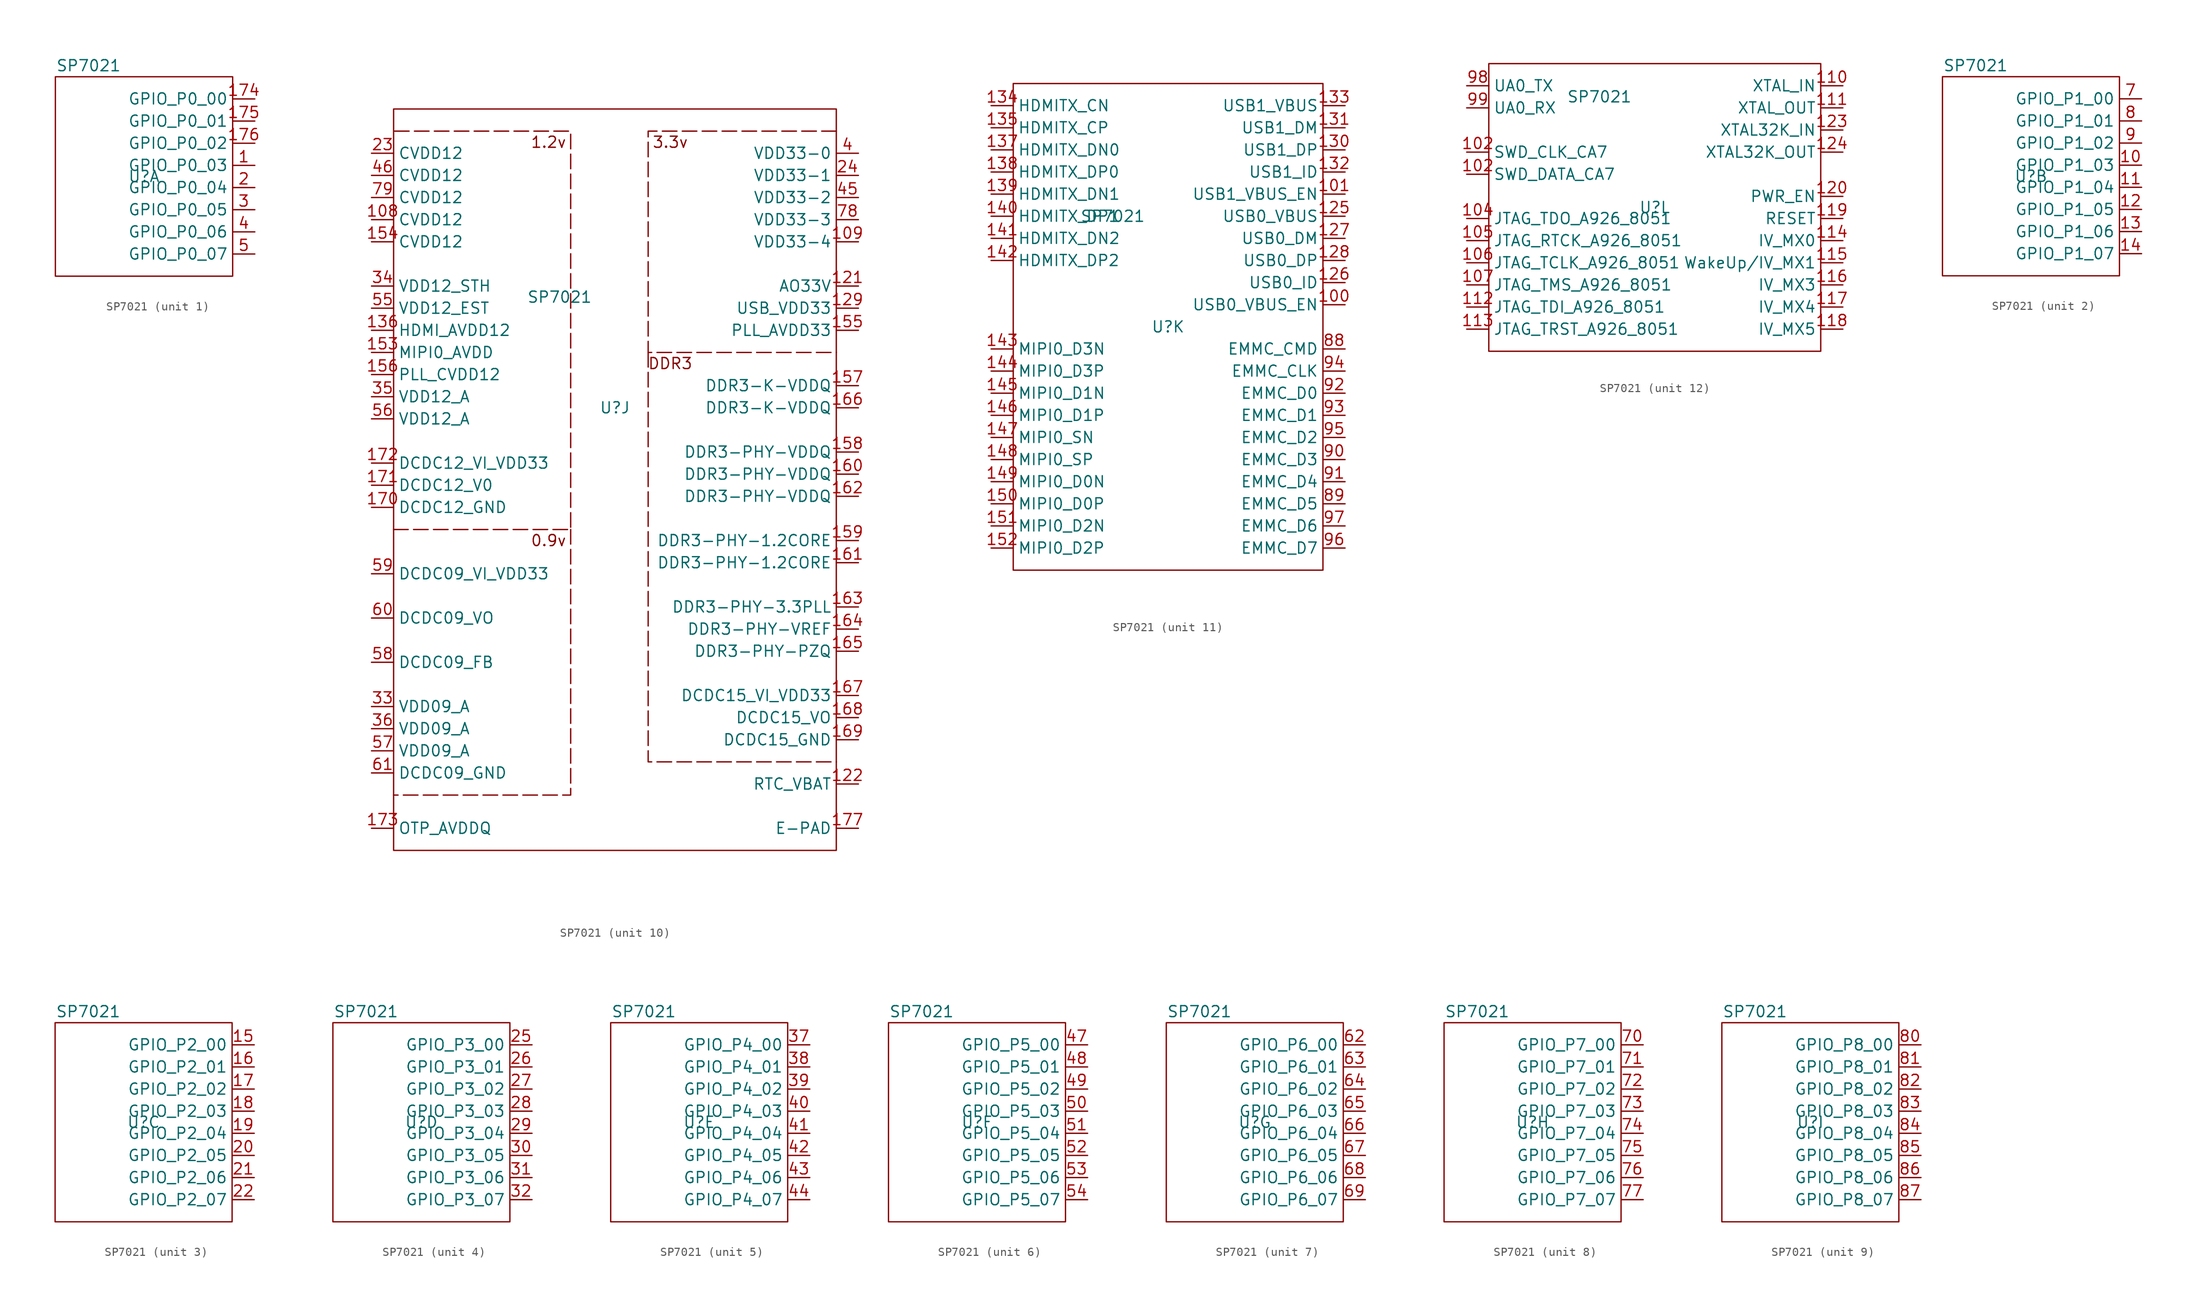
<source format=kicad_sym>
(kicad_symbol_lib
  (version 20231120)
  (generator "kicad_symbol_editor")
  (generator_version "8.0")
  (symbol "SP7021"
    (property "Reference" "U"
      (at 0 0 0)
      (effects (font (size 1.27 1.27))))
    (property "Value" "SP7021"
      (at -6.35 12.7 0)
      (effects (font (size 1.27 1.27))))
    (property "ki_locked" ""
      (at 0 0 0)
      (effects (font (size 1.27 1.27))))
    (symbol "SP7021_1_1"
      (rectangle (start 10.16 11.43) (end -10.16 -11.43) (stroke (width 0) (type default)) (fill (type none)))
      (pin input line (at 12.7 1.27 180) (length 2.54) (name "GPIO_P0_03" (effects (font (size 1.27 1.27)))) (number "1" (effects (font (size 1.27 1.27)))))
      (pin input line (at 12.7 8.89 180) (length 2.54) (name "GPIO_P0_00" (effects (font (size 1.27 1.27)))) (number "174" (effects (font (size 1.27 1.27)))))
      (pin input line (at 12.7 6.35 180) (length 2.54) (name "GPIO_P0_01" (effects (font (size 1.27 1.27)))) (number "175" (effects (font (size 1.27 1.27)))))
      (pin input line (at 12.7 3.81 180) (length 2.54) (name "GPIO_P0_02" (effects (font (size 1.27 1.27)))) (number "176" (effects (font (size 1.27 1.27)))))
      (pin input line (at 12.7 -1.27 180) (length 2.54) (name "GPIO_P0_04" (effects (font (size 1.27 1.27)))) (number "2" (effects (font (size 1.27 1.27)))))
      (pin input line (at 12.7 -3.81 180) (length 2.54) (name "GPIO_P0_05" (effects (font (size 1.27 1.27)))) (number "3" (effects (font (size 1.27 1.27)))))
      (pin input line (at 12.7 -6.35 180) (length 2.54) (name "GPIO_P0_06" (effects (font (size 1.27 1.27)))) (number "4" (effects (font (size 1.27 1.27)))))
      (pin input line (at 12.7 -8.89 180) (length 2.54) (name "GPIO_P0_07" (effects (font (size 1.27 1.27)))) (number "5" (effects (font (size 1.27 1.27))))))
    (symbol "SP7021_2_1"
      (rectangle (start 10.16 11.43) (end -10.16 -11.43) (stroke (width 0) (type default)) (fill (type none)))
      (pin input line (at 12.7 1.27 180) (length 2.54) (name "GPIO_P1_03" (effects (font (size 1.27 1.27)))) (number "10" (effects (font (size 1.27 1.27)))))
      (pin input line (at 12.7 -1.27 180) (length 2.54) (name "GPIO_P1_04" (effects (font (size 1.27 1.27)))) (number "11" (effects (font (size 1.27 1.27)))))
      (pin input line (at 12.7 -3.81 180) (length 2.54) (name "GPIO_P1_05" (effects (font (size 1.27 1.27)))) (number "12" (effects (font (size 1.27 1.27)))))
      (pin input line (at 12.7 -6.35 180) (length 2.54) (name "GPIO_P1_06" (effects (font (size 1.27 1.27)))) (number "13" (effects (font (size 1.27 1.27)))))
      (pin input line (at 12.7 -8.89 180) (length 2.54) (name "GPIO_P1_07" (effects (font (size 1.27 1.27)))) (number "14" (effects (font (size 1.27 1.27)))))
      (pin input line (at 12.7 8.89 180) (length 2.54) (name "GPIO_P1_00" (effects (font (size 1.27 1.27)))) (number "7" (effects (font (size 1.27 1.27)))))
      (pin input line (at 12.7 6.35 180) (length 2.54) (name "GPIO_P1_01" (effects (font (size 1.27 1.27)))) (number "8" (effects (font (size 1.27 1.27)))))
      (pin input line (at 12.7 3.81 180) (length 2.54) (name "GPIO_P1_02" (effects (font (size 1.27 1.27)))) (number "9" (effects (font (size 1.27 1.27))))))
    (symbol "SP7021_3_1"
      (rectangle (start 10.16 11.43) (end -10.16 -11.43) (stroke (width 0) (type default)) (fill (type none)))
      (pin input line (at 12.7 8.89 180) (length 2.54) (name "GPIO_P2_00" (effects (font (size 1.27 1.27)))) (number "15" (effects (font (size 1.27 1.27)))))
      (pin input line (at 12.7 6.35 180) (length 2.54) (name "GPIO_P2_01" (effects (font (size 1.27 1.27)))) (number "16" (effects (font (size 1.27 1.27)))))
      (pin input line (at 12.7 3.81 180) (length 2.54) (name "GPIO_P2_02" (effects (font (size 1.27 1.27)))) (number "17" (effects (font (size 1.27 1.27)))))
      (pin input line (at 12.7 1.27 180) (length 2.54) (name "GPIO_P2_03" (effects (font (size 1.27 1.27)))) (number "18" (effects (font (size 1.27 1.27)))))
      (pin input line (at 12.7 -1.27 180) (length 2.54) (name "GPIO_P2_04" (effects (font (size 1.27 1.27)))) (number "19" (effects (font (size 1.27 1.27)))))
      (pin input line (at 12.7 -3.81 180) (length 2.54) (name "GPIO_P2_05" (effects (font (size 1.27 1.27)))) (number "20" (effects (font (size 1.27 1.27)))))
      (pin input line (at 12.7 -6.35 180) (length 2.54) (name "GPIO_P2_06" (effects (font (size 1.27 1.27)))) (number "21" (effects (font (size 1.27 1.27)))))
      (pin input line (at 12.7 -8.89 180) (length 2.54) (name "GPIO_P2_07" (effects (font (size 1.27 1.27)))) (number "22" (effects (font (size 1.27 1.27))))))
    (symbol "SP7021_4_1"
      (rectangle (start 10.16 11.43) (end -10.16 -11.43) (stroke (width 0) (type default)) (fill (type none)))
      (pin input line (at 12.7 8.89 180) (length 2.54) (name "GPIO_P3_00" (effects (font (size 1.27 1.27)))) (number "25" (effects (font (size 1.27 1.27)))))
      (pin input line (at 12.7 6.35 180) (length 2.54) (name "GPIO_P3_01" (effects (font (size 1.27 1.27)))) (number "26" (effects (font (size 1.27 1.27)))))
      (pin input line (at 12.7 3.81 180) (length 2.54) (name "GPIO_P3_02" (effects (font (size 1.27 1.27)))) (number "27" (effects (font (size 1.27 1.27)))))
      (pin input line (at 12.7 1.27 180) (length 2.54) (name "GPIO_P3_03" (effects (font (size 1.27 1.27)))) (number "28" (effects (font (size 1.27 1.27)))))
      (pin input line (at 12.7 -1.27 180) (length 2.54) (name "GPIO_P3_04" (effects (font (size 1.27 1.27)))) (number "29" (effects (font (size 1.27 1.27)))))
      (pin input line (at 12.7 -3.81 180) (length 2.54) (name "GPIO_P3_05" (effects (font (size 1.27 1.27)))) (number "30" (effects (font (size 1.27 1.27)))))
      (pin input line (at 12.7 -6.35 180) (length 2.54) (name "GPIO_P3_06" (effects (font (size 1.27 1.27)))) (number "31" (effects (font (size 1.27 1.27)))))
      (pin input line (at 12.7 -8.89 180) (length 2.54) (name "GPIO_P3_07" (effects (font (size 1.27 1.27)))) (number "32" (effects (font (size 1.27 1.27))))))
    (symbol "SP7021_5_1"
      (rectangle (start 10.16 11.43) (end -10.16 -11.43) (stroke (width 0) (type default)) (fill (type none)))
      (pin input line (at 12.7 8.89 180) (length 2.54) (name "GPIO_P4_00" (effects (font (size 1.27 1.27)))) (number "37" (effects (font (size 1.27 1.27)))))
      (pin input line (at 12.7 6.35 180) (length 2.54) (name "GPIO_P4_01" (effects (font (size 1.27 1.27)))) (number "38" (effects (font (size 1.27 1.27)))))
      (pin input line (at 12.7 3.81 180) (length 2.54) (name "GPIO_P4_02" (effects (font (size 1.27 1.27)))) (number "39" (effects (font (size 1.27 1.27)))))
      (pin input line (at 12.7 1.27 180) (length 2.54) (name "GPIO_P4_03" (effects (font (size 1.27 1.27)))) (number "40" (effects (font (size 1.27 1.27)))))
      (pin input line (at 12.7 -1.27 180) (length 2.54) (name "GPIO_P4_04" (effects (font (size 1.27 1.27)))) (number "41" (effects (font (size 1.27 1.27)))))
      (pin input line (at 12.7 -3.81 180) (length 2.54) (name "GPIO_P4_05" (effects (font (size 1.27 1.27)))) (number "42" (effects (font (size 1.27 1.27)))))
      (pin input line (at 12.7 -6.35 180) (length 2.54) (name "GPIO_P4_06" (effects (font (size 1.27 1.27)))) (number "43" (effects (font (size 1.27 1.27)))))
      (pin input line (at 12.7 -8.89 180) (length 2.54) (name "GPIO_P4_07" (effects (font (size 1.27 1.27)))) (number "44" (effects (font (size 1.27 1.27))))))
    (symbol "SP7021_6_1"
      (rectangle (start 10.16 11.43) (end -10.16 -11.43) (stroke (width 0) (type default)) (fill (type none)))
      (pin input line (at 12.7 8.89 180) (length 2.54) (name "GPIO_P5_00" (effects (font (size 1.27 1.27)))) (number "47" (effects (font (size 1.27 1.27)))))
      (pin input line (at 12.7 6.35 180) (length 2.54) (name "GPIO_P5_01" (effects (font (size 1.27 1.27)))) (number "48" (effects (font (size 1.27 1.27)))))
      (pin input line (at 12.7 3.81 180) (length 2.54) (name "GPIO_P5_02" (effects (font (size 1.27 1.27)))) (number "49" (effects (font (size 1.27 1.27)))))
      (pin input line (at 12.7 1.27 180) (length 2.54) (name "GPIO_P5_03" (effects (font (size 1.27 1.27)))) (number "50" (effects (font (size 1.27 1.27)))))
      (pin input line (at 12.7 -1.27 180) (length 2.54) (name "GPIO_P5_04" (effects (font (size 1.27 1.27)))) (number "51" (effects (font (size 1.27 1.27)))))
      (pin input line (at 12.7 -3.81 180) (length 2.54) (name "GPIO_P5_05" (effects (font (size 1.27 1.27)))) (number "52" (effects (font (size 1.27 1.27)))))
      (pin input line (at 12.7 -6.35 180) (length 2.54) (name "GPIO_P5_06" (effects (font (size 1.27 1.27)))) (number "53" (effects (font (size 1.27 1.27)))))
      (pin input line (at 12.7 -8.89 180) (length 2.54) (name "GPIO_P5_07" (effects (font (size 1.27 1.27)))) (number "54" (effects (font (size 1.27 1.27))))))
    (symbol "SP7021_7_1"
      (rectangle (start 10.16 11.43) (end -10.16 -11.43) (stroke (width 0) (type default)) (fill (type none)))
      (pin input line (at 12.7 8.89 180) (length 2.54) (name "GPIO_P6_00" (effects (font (size 1.27 1.27)))) (number "62" (effects (font (size 1.27 1.27)))))
      (pin input line (at 12.7 6.35 180) (length 2.54) (name "GPIO_P6_01" (effects (font (size 1.27 1.27)))) (number "63" (effects (font (size 1.27 1.27)))))
      (pin input line (at 12.7 3.81 180) (length 2.54) (name "GPIO_P6_02" (effects (font (size 1.27 1.27)))) (number "64" (effects (font (size 1.27 1.27)))))
      (pin input line (at 12.7 1.27 180) (length 2.54) (name "GPIO_P6_03" (effects (font (size 1.27 1.27)))) (number "65" (effects (font (size 1.27 1.27)))))
      (pin input line (at 12.7 -1.27 180) (length 2.54) (name "GPIO_P6_04" (effects (font (size 1.27 1.27)))) (number "66" (effects (font (size 1.27 1.27)))))
      (pin input line (at 12.7 -3.81 180) (length 2.54) (name "GPIO_P6_05" (effects (font (size 1.27 1.27)))) (number "67" (effects (font (size 1.27 1.27)))))
      (pin input line (at 12.7 -6.35 180) (length 2.54) (name "GPIO_P6_06" (effects (font (size 1.27 1.27)))) (number "68" (effects (font (size 1.27 1.27)))))
      (pin input line (at 12.7 -8.89 180) (length 2.54) (name "GPIO_P6_07" (effects (font (size 1.27 1.27)))) (number "69" (effects (font (size 1.27 1.27))))))
    (symbol "SP7021_8_1"
      (rectangle (start -10.16 11.43) (end 10.16 -11.43) (stroke (width 0) (type default)) (fill (type none)))
      (pin input line (at 12.7 8.89 180) (length 2.54) (name "GPIO_P7_00" (effects (font (size 1.27 1.27)))) (number "70" (effects (font (size 1.27 1.27)))))
      (pin input line (at 12.7 6.35 180) (length 2.54) (name "GPIO_P7_01" (effects (font (size 1.27 1.27)))) (number "71" (effects (font (size 1.27 1.27)))))
      (pin input line (at 12.7 3.81 180) (length 2.54) (name "GPIO_P7_02" (effects (font (size 1.27 1.27)))) (number "72" (effects (font (size 1.27 1.27)))))
      (pin input line (at 12.7 1.27 180) (length 2.54) (name "GPIO_P7_03" (effects (font (size 1.27 1.27)))) (number "73" (effects (font (size 1.27 1.27)))))
      (pin input line (at 12.7 -1.27 180) (length 2.54) (name "GPIO_P7_04" (effects (font (size 1.27 1.27)))) (number "74" (effects (font (size 1.27 1.27)))))
      (pin input line (at 12.7 -3.81 180) (length 2.54) (name "GPIO_P7_05" (effects (font (size 1.27 1.27)))) (number "75" (effects (font (size 1.27 1.27)))))
      (pin input line (at 12.7 -6.35 180) (length 2.54) (name "GPIO_P7_06" (effects (font (size 1.27 1.27)))) (number "76" (effects (font (size 1.27 1.27)))))
      (pin input line (at 12.7 -8.89 180) (length 2.54) (name "GPIO_P7_07" (effects (font (size 1.27 1.27)))) (number "77" (effects (font (size 1.27 1.27))))))
    (symbol "SP7021_9_1"
      (rectangle (start 10.16 11.43) (end -10.16 -11.43) (stroke (width 0) (type default)) (fill (type none)))
      (pin bidirectional line (at 12.7 8.89 180) (length 2.54) (name "GPIO_P8_00" (effects (font (size 1.27 1.27)))) (number "80" (effects (font (size 1.27 1.27)))))
      (pin bidirectional line (at 12.7 6.35 180) (length 2.54) (name "GPIO_P8_01" (effects (font (size 1.27 1.27)))) (number "81" (effects (font (size 1.27 1.27)))))
      (pin bidirectional line (at 12.7 3.81 180) (length 2.54) (name "GPIO_P8_02" (effects (font (size 1.27 1.27)))) (number "82" (effects (font (size 1.27 1.27)))))
      (pin bidirectional line (at 12.7 1.27 180) (length 2.54) (name "GPIO_P8_03" (effects (font (size 1.27 1.27)))) (number "83" (effects (font (size 1.27 1.27)))))
      (pin bidirectional line (at 12.7 -1.27 180) (length 2.54) (name "GPIO_P8_04" (effects (font (size 1.27 1.27)))) (number "84" (effects (font (size 1.27 1.27)))))
      (pin bidirectional line (at 12.7 -3.81 180) (length 2.54) (name "GPIO_P8_05" (effects (font (size 1.27 1.27)))) (number "85" (effects (font (size 1.27 1.27)))))
      (pin bidirectional line (at 12.7 -6.35 180) (length 2.54) (name "GPIO_P8_06" (effects (font (size 1.27 1.27)))) (number "86" (effects (font (size 1.27 1.27)))))
      (pin bidirectional line (at 12.7 -8.89 180) (length 2.54) (name "GPIO_P8_07" (effects (font (size 1.27 1.27)))) (number "87" (effects (font (size 1.27 1.27))))))
    (symbol "SP7021_10_1"
      (rectangle (start -25.4 34.29) (end 25.4 -50.8) (stroke (width 0) (type default)) (fill (type none)))
      (polyline (pts (xy -5.08 -13.97) (xy -5.08 -44.45) (xy -25.4 -44.45)) (stroke (width 0) (type dash)) (fill (type none)))
      (polyline (pts (xy 3.81 6.35) (xy 3.81 -40.64) (xy 25.4 -40.64)) (stroke (width 0) (type dash)) (fill (type none)))
      (polyline (pts (xy -25.4 -13.97) (xy -5.08 -13.97) (xy -5.08 31.75) (xy -25.4 31.75)) (stroke (width 0) (type dash)) (fill (type none)))
      (polyline (pts (xy 25.4 31.75) (xy 3.81 31.75) (xy 3.81 6.35) (xy 25.4 6.35)) (stroke (width 0) (type dash)) (fill (type none)))
      (text "0.9v" (at -7.62 -15.24 0) (effects (font (size 1.27 1.27))))
      (text "1.2v" (at -7.62 30.48 0) (effects (font (size 1.27 1.27))))
      (text "3.3v" (at 6.35 30.48 0) (effects (font (size 1.27 1.27))))
      (text "DDR3" (at 6.35 5.08 0) (effects (font (size 1.27 1.27))))
      (pin input line (at -27.94 21.59 0) (length 2.54) (name "CVDD12" (effects (font (size 1.27 1.27)))) (number "108" (effects (font (size 1.27 1.27)))))
      (pin input line (at 27.94 19.05 180) (length 2.54) (name "VDD33-4" (effects (font (size 1.27 1.27)))) (number "109" (effects (font (size 1.27 1.27)))))
      (pin input line (at 27.94 13.97 180) (length 2.54) (name "AO33V" (effects (font (size 1.27 1.27)))) (number "121" (effects (font (size 1.27 1.27)))))
      (pin input line (at 27.94 -43.18 180) (length 2.54) (name "RTC_VBAT" (effects (font (size 1.27 1.27)))) (number "122" (effects (font (size 1.27 1.27)))))
      (pin input line (at 27.94 11.43 180) (length 2.54) (name "USB_VDD33" (effects (font (size 1.27 1.27)))) (number "129" (effects (font (size 1.27 1.27)))))
      (pin input line (at -27.94 8.89 0) (length 2.54) (name "HDMI_AVDD12" (effects (font (size 1.27 1.27)))) (number "136" (effects (font (size 1.27 1.27)))))
      (pin input line (at -27.94 6.35 0) (length 2.54) (name "MIPI0_AVDD" (effects (font (size 1.27 1.27)))) (number "153" (effects (font (size 1.27 1.27)))))
      (pin input line (at -27.94 19.05 0) (length 2.54) (name "CVDD12" (effects (font (size 1.27 1.27)))) (number "154" (effects (font (size 1.27 1.27)))))
      (pin input line (at 27.94 8.89 180) (length 2.54) (name "PLL_AVDD33" (effects (font (size 1.27 1.27)))) (number "155" (effects (font (size 1.27 1.27)))))
      (pin input line (at -27.94 3.81 0) (length 2.54) (name "PLL_CVDD12" (effects (font (size 1.27 1.27)))) (number "156" (effects (font (size 1.27 1.27)))))
      (pin input line (at 27.94 2.54 180) (length 2.54) (name "DDR3-K-VDDQ" (effects (font (size 1.27 1.27)))) (number "157" (effects (font (size 1.27 1.27)))))
      (pin input line (at 27.94 -5.08 180) (length 2.54) (name "DDR3-PHY-VDDQ" (effects (font (size 1.27 1.27)))) (number "158" (effects (font (size 1.27 1.27)))))
      (pin input line (at 27.94 -15.24 180) (length 2.54) (name "DDR3-PHY-1.2CORE" (effects (font (size 1.27 1.27)))) (number "159" (effects (font (size 1.27 1.27)))))
      (pin input line (at 27.94 -7.62 180) (length 2.54) (name "DDR3-PHY-VDDQ" (effects (font (size 1.27 1.27)))) (number "160" (effects (font (size 1.27 1.27)))))
      (pin input line (at 27.94 -17.78 180) (length 2.54) (name "DDR3-PHY-1.2CORE" (effects (font (size 1.27 1.27)))) (number "161" (effects (font (size 1.27 1.27)))))
      (pin input line (at 27.94 -10.16 180) (length 2.54) (name "DDR3-PHY-VDDQ" (effects (font (size 1.27 1.27)))) (number "162" (effects (font (size 1.27 1.27)))))
      (pin input line (at 27.94 -22.86 180) (length 2.54) (name "DDR3-PHY-3.3PLL" (effects (font (size 1.27 1.27)))) (number "163" (effects (font (size 1.27 1.27)))))
      (pin input line (at 27.94 -25.4 180) (length 2.54) (name "DDR3-PHY-VREF" (effects (font (size 1.27 1.27)))) (number "164" (effects (font (size 1.27 1.27)))))
      (pin input line (at 27.94 -27.94 180) (length 2.54) (name "DDR3-PHY-PZQ" (effects (font (size 1.27 1.27)))) (number "165" (effects (font (size 1.27 1.27)))))
      (pin input line (at 27.94 0 180) (length 2.54) (name "DDR3-K-VDDQ" (effects (font (size 1.27 1.27)))) (number "166" (effects (font (size 1.27 1.27)))))
      (pin input line (at 27.94 -33.02 180) (length 2.54) (name "DCDC15_VI_VDD33" (effects (font (size 1.27 1.27)))) (number "167" (effects (font (size 1.27 1.27)))))
      (pin input line (at 27.94 -35.56 180) (length 2.54) (name "DCDC15_VO" (effects (font (size 1.27 1.27)))) (number "168" (effects (font (size 1.27 1.27)))))
      (pin input line (at 27.94 -38.1 180) (length 2.54) (name "DCDC15_GND" (effects (font (size 1.27 1.27)))) (number "169" (effects (font (size 1.27 1.27)))))
      (pin input line (at -27.94 -11.43 0) (length 2.54) (name "DCDC12_GND" (effects (font (size 1.27 1.27)))) (number "170" (effects (font (size 1.27 1.27)))))
      (pin input line (at -27.94 -8.89 0) (length 2.54) (name "DCDC12_V0" (effects (font (size 1.27 1.27)))) (number "171" (effects (font (size 1.27 1.27)))))
      (pin input line (at -27.94 -6.35 0) (length 2.54) (name "DCDC12_VI_VDD33" (effects (font (size 1.27 1.27)))) (number "172" (effects (font (size 1.27 1.27)))))
      (pin input line (at -27.94 -48.26 0) (length 2.54) (name "OTP_AVDDQ" (effects (font (size 1.27 1.27)))) (number "173" (effects (font (size 1.27 1.27)))))
      (pin input line (at 27.94 -48.26 180) (length 2.54) (name "E-PAD" (effects (font (size 1.27 1.27)))) (number "177" (effects (font (size 1.27 1.27)))))
      (pin input line (at -27.94 29.21 0) (length 2.54) (name "CVDD12" (effects (font (size 1.27 1.27)))) (number "23" (effects (font (size 1.27 1.27)))))
      (pin input line (at 27.94 26.67 180) (length 2.54) (name "VDD33-1" (effects (font (size 1.27 1.27)))) (number "24" (effects (font (size 1.27 1.27)))))
      (pin input line (at -27.94 -34.29 0) (length 2.54) (name "VDD09_A" (effects (font (size 1.27 1.27)))) (number "33" (effects (font (size 1.27 1.27)))))
      (pin input line (at -27.94 13.97 0) (length 2.54) (name "VDD12_STH" (effects (font (size 1.27 1.27)))) (number "34" (effects (font (size 1.27 1.27)))))
      (pin input line (at -27.94 1.27 0) (length 2.54) (name "VDD12_A" (effects (font (size 1.27 1.27)))) (number "35" (effects (font (size 1.27 1.27)))))
      (pin input line (at -27.94 -36.83 0) (length 2.54) (name "VDD09_A" (effects (font (size 1.27 1.27)))) (number "36" (effects (font (size 1.27 1.27)))))
      (pin input line (at 27.94 29.21 180) (length 2.54) (name "VDD33-0" (effects (font (size 1.27 1.27)))) (number "4" (effects (font (size 1.27 1.27)))))
      (pin input line (at 27.94 24.13 180) (length 2.54) (name "VDD33-2" (effects (font (size 1.27 1.27)))) (number "45" (effects (font (size 1.27 1.27)))))
      (pin input line (at -27.94 26.67 0) (length 2.54) (name "CVDD12" (effects (font (size 1.27 1.27)))) (number "46" (effects (font (size 1.27 1.27)))))
      (pin input line (at -27.94 11.43 0) (length 2.54) (name "VDD12_EST" (effects (font (size 1.27 1.27)))) (number "55" (effects (font (size 1.27 1.27)))))
      (pin input line (at -27.94 -1.27 0) (length 2.54) (name "VDD12_A" (effects (font (size 1.27 1.27)))) (number "56" (effects (font (size 1.27 1.27)))))
      (pin input line (at -27.94 -39.37 0) (length 2.54) (name "VDD09_A" (effects (font (size 1.27 1.27)))) (number "57" (effects (font (size 1.27 1.27)))))
      (pin input line (at -27.94 -29.21 0) (length 2.54) (name "DCDC09_FB" (effects (font (size 1.27 1.27)))) (number "58" (effects (font (size 1.27 1.27)))))
      (pin input line (at -27.94 -19.05 0) (length 2.54) (name "DCDC09_VI_VDD33" (effects (font (size 1.27 1.27)))) (number "59" (effects (font (size 1.27 1.27)))))
      (pin input line (at -27.94 -24.13 0) (length 2.54) (name "DCDC09_VO" (effects (font (size 1.27 1.27)))) (number "60" (effects (font (size 1.27 1.27)))))
      (pin input line (at -27.94 -41.91 0) (length 2.54) (name "DCDC09_GND" (effects (font (size 1.27 1.27)))) (number "61" (effects (font (size 1.27 1.27)))))
      (pin input line (at 27.94 21.59 180) (length 2.54) (name "VDD33-3" (effects (font (size 1.27 1.27)))) (number "78" (effects (font (size 1.27 1.27)))))
      (pin input line (at -27.94 24.13 0) (length 2.54) (name "CVDD12" (effects (font (size 1.27 1.27)))) (number "79" (effects (font (size 1.27 1.27))))))
    (symbol "SP7021_11_1"
      (rectangle (start -17.78 27.94) (end 17.78 -27.94) (stroke (width 0) (type default)) (fill (type none)))
      (pin output line (at 20.32 2.54 180) (length 2.54) (name "USB0_VBUS_EN" (effects (font (size 1.27 1.27)))) (number "100" (effects (font (size 1.27 1.27)))))
      (pin output line (at 20.32 15.24 180) (length 2.54) (name "USB1_VBUS_EN" (effects (font (size 1.27 1.27)))) (number "101" (effects (font (size 1.27 1.27)))))
      (pin output line (at 20.32 12.7 180) (length 2.54) (name "USB0_VBUS" (effects (font (size 1.27 1.27)))) (number "125" (effects (font (size 1.27 1.27)))))
      (pin bidirectional line (at 20.32 5.08 180) (length 2.54) (name "USB0_ID" (effects (font (size 1.27 1.27)))) (number "126" (effects (font (size 1.27 1.27)))))
      (pin bidirectional line (at 20.32 10.16 180) (length 2.54) (name "USB0_DM" (effects (font (size 1.27 1.27)))) (number "127" (effects (font (size 1.27 1.27)))))
      (pin bidirectional line (at 20.32 7.62 180) (length 2.54) (name "USB0_DP" (effects (font (size 1.27 1.27)))) (number "128" (effects (font (size 1.27 1.27)))))
      (pin bidirectional line (at 20.32 20.32 180) (length 2.54) (name "USB1_DP" (effects (font (size 1.27 1.27)))) (number "130" (effects (font (size 1.27 1.27)))))
      (pin bidirectional line (at 20.32 22.86 180) (length 2.54) (name "USB1_DM" (effects (font (size 1.27 1.27)))) (number "131" (effects (font (size 1.27 1.27)))))
      (pin bidirectional line (at 20.32 17.78 180) (length 2.54) (name "USB1_ID" (effects (font (size 1.27 1.27)))) (number "132" (effects (font (size 1.27 1.27)))))
      (pin output line (at 20.32 25.4 180) (length 2.54) (name "USB1_VBUS" (effects (font (size 1.27 1.27)))) (number "133" (effects (font (size 1.27 1.27)))))
      (pin input line (at -20.32 25.4 0) (length 2.54) (name "HDMITX_CN" (effects (font (size 1.27 1.27)))) (number "134" (effects (font (size 1.27 1.27)))))
      (pin input line (at -20.32 22.86 0) (length 2.54) (name "HDMITX_CP" (effects (font (size 1.27 1.27)))) (number "135" (effects (font (size 1.27 1.27)))))
      (pin input line (at -20.32 20.32 0) (length 2.54) (name "HDMITX_DN0" (effects (font (size 1.27 1.27)))) (number "137" (effects (font (size 1.27 1.27)))))
      (pin input line (at -20.32 17.78 0) (length 2.54) (name "HDMITX_DP0" (effects (font (size 1.27 1.27)))) (number "138" (effects (font (size 1.27 1.27)))))
      (pin input line (at -20.32 15.24 0) (length 2.54) (name "HDMITX_DN1" (effects (font (size 1.27 1.27)))) (number "139" (effects (font (size 1.27 1.27)))))
      (pin input line (at -20.32 12.7 0) (length 2.54) (name "HDMITX_DP1" (effects (font (size 1.27 1.27)))) (number "140" (effects (font (size 1.27 1.27)))))
      (pin input line (at -20.32 10.16 0) (length 2.54) (name "HDMITX_DN2" (effects (font (size 1.27 1.27)))) (number "141" (effects (font (size 1.27 1.27)))))
      (pin input line (at -20.32 7.62 0) (length 2.54) (name "HDMITX_DP2" (effects (font (size 1.27 1.27)))) (number "142" (effects (font (size 1.27 1.27)))))
      (pin input line (at -20.32 -2.54 0) (length 2.54) (name "MIPI0_D3N" (effects (font (size 1.27 1.27)))) (number "143" (effects (font (size 1.27 1.27)))))
      (pin input line (at -20.32 -5.08 0) (length 2.54) (name "MIPI0_D3P" (effects (font (size 1.27 1.27)))) (number "144" (effects (font (size 1.27 1.27)))))
      (pin input line (at -20.32 -7.62 0) (length 2.54) (name "MIPI0_D1N" (effects (font (size 1.27 1.27)))) (number "145" (effects (font (size 1.27 1.27)))))
      (pin input line (at -20.32 -10.16 0) (length 2.54) (name "MIPI0_D1P" (effects (font (size 1.27 1.27)))) (number "146" (effects (font (size 1.27 1.27)))))
      (pin input line (at -20.32 -12.7 0) (length 2.54) (name "MIPI0_SN" (effects (font (size 1.27 1.27)))) (number "147" (effects (font (size 1.27 1.27)))))
      (pin input line (at -20.32 -15.24 0) (length 2.54) (name "MIPI0_SP" (effects (font (size 1.27 1.27)))) (number "148" (effects (font (size 1.27 1.27)))))
      (pin input line (at -20.32 -17.78 0) (length 2.54) (name "MIPI0_D0N" (effects (font (size 1.27 1.27)))) (number "149" (effects (font (size 1.27 1.27)))))
      (pin input line (at -20.32 -20.32 0) (length 2.54) (name "MIPI0_D0P" (effects (font (size 1.27 1.27)))) (number "150" (effects (font (size 1.27 1.27)))))
      (pin input line (at -20.32 -22.86 0) (length 2.54) (name "MIPI0_D2N" (effects (font (size 1.27 1.27)))) (number "151" (effects (font (size 1.27 1.27)))))
      (pin input line (at -20.32 -25.4 0) (length 2.54) (name "MIPI0_D2P" (effects (font (size 1.27 1.27)))) (number "152" (effects (font (size 1.27 1.27)))))
      (pin bidirectional line (at 20.32 -2.54 180) (length 2.54) (name "EMMC_CMD" (effects (font (size 1.27 1.27)))) (number "88" (effects (font (size 1.27 1.27)))))
      (pin bidirectional line (at 20.32 -20.32 180) (length 2.54) (name "EMMC_D5" (effects (font (size 1.27 1.27)))) (number "89" (effects (font (size 1.27 1.27)))))
      (pin bidirectional line (at 20.32 -15.24 180) (length 2.54) (name "EMMC_D3" (effects (font (size 1.27 1.27)))) (number "90" (effects (font (size 1.27 1.27)))))
      (pin bidirectional line (at 20.32 -17.78 180) (length 2.54) (name "EMMC_D4" (effects (font (size 1.27 1.27)))) (number "91" (effects (font (size 1.27 1.27)))))
      (pin bidirectional line (at 20.32 -7.62 180) (length 2.54) (name "EMMC_D0" (effects (font (size 1.27 1.27)))) (number "92" (effects (font (size 1.27 1.27)))))
      (pin bidirectional line (at 20.32 -10.16 180) (length 2.54) (name "EMMC_D1" (effects (font (size 1.27 1.27)))) (number "93" (effects (font (size 1.27 1.27)))))
      (pin bidirectional line (at 20.32 -5.08 180) (length 2.54) (name "EMMC_CLK" (effects (font (size 1.27 1.27)))) (number "94" (effects (font (size 1.27 1.27)))))
      (pin bidirectional line (at 20.32 -12.7 180) (length 2.54) (name "EMMC_D2" (effects (font (size 1.27 1.27)))) (number "95" (effects (font (size 1.27 1.27)))))
      (pin bidirectional line (at 20.32 -25.4 180) (length 2.54) (name "EMMC_D7" (effects (font (size 1.27 1.27)))) (number "96" (effects (font (size 1.27 1.27)))))
      (pin bidirectional line (at 20.32 -22.86 180) (length 2.54) (name "EMMC_D6" (effects (font (size 1.27 1.27)))) (number "97" (effects (font (size 1.27 1.27))))))
    (symbol "SP7021_12_1"
      (rectangle (start -19.05 16.51) (end 19.05 -16.51) (stroke (width 0) (type default)) (fill (type none)))
      (pin input line (at -21.59 6.35 0) (length 2.54) (name "SWD_CLK_CA7" (effects (font (size 1.27 1.27)))) (number "102" (effects (font (size 1.27 1.27)))))
      (pin input line (at -21.59 3.81 0) (length 2.54) (name "SWD_DATA_CA7" (effects (font (size 1.27 1.27)))) (number "102" (effects (font (size 1.27 1.27)))))
      (pin input line (at -21.59 -1.27 0) (length 2.54) (name "JTAG_TDO_A926_8051" (effects (font (size 1.27 1.27)))) (number "104" (effects (font (size 1.27 1.27)))))
      (pin input line (at -21.59 -3.81 0) (length 2.54) (name "JTAG_RTCK_A926_8051" (effects (font (size 1.27 1.27)))) (number "105" (effects (font (size 1.27 1.27)))))
      (pin input line (at -21.59 -6.35 0) (length 2.54) (name "JTAG_TCLK_A926_8051" (effects (font (size 1.27 1.27)))) (number "106" (effects (font (size 1.27 1.27)))))
      (pin input line (at -21.59 -8.89 0) (length 2.54) (name "JTAG_TMS_A926_8051" (effects (font (size 1.27 1.27)))) (number "107" (effects (font (size 1.27 1.27)))))
      (pin input line (at 21.59 13.97 180) (length 2.54) (name "XTAL_IN" (effects (font (size 1.27 1.27)))) (number "110" (effects (font (size 1.27 1.27)))))
      (pin input line (at 21.59 11.43 180) (length 2.54) (name "XTAL_OUT" (effects (font (size 1.27 1.27)))) (number "111" (effects (font (size 1.27 1.27)))))
      (pin input line (at -21.59 -11.43 0) (length 2.54) (name "JTAG_TDI_A926_8051" (effects (font (size 1.27 1.27)))) (number "112" (effects (font (size 1.27 1.27)))))
      (pin input line (at -21.59 -13.97 0) (length 2.54) (name "JTAG_TRST_A926_8051" (effects (font (size 1.27 1.27)))) (number "113" (effects (font (size 1.27 1.27)))))
      (pin input line (at 21.59 -3.81 180) (length 2.54) (name "IV_MX0" (effects (font (size 1.27 1.27)))) (number "114" (effects (font (size 1.27 1.27)))))
      (pin input line (at 21.59 -6.35 180) (length 2.54) (name "WakeUp/IV_MX1" (effects (font (size 1.27 1.27)))) (number "115" (effects (font (size 1.27 1.27)))))
      (pin input line (at 21.59 -8.89 180) (length 2.54) (name "IV_MX3" (effects (font (size 1.27 1.27)))) (number "116" (effects (font (size 1.27 1.27)))))
      (pin input line (at 21.59 -11.43 180) (length 2.54) (name "IV_MX4" (effects (font (size 1.27 1.27)))) (number "117" (effects (font (size 1.27 1.27)))))
      (pin input line (at 21.59 -13.97 180) (length 2.54) (name "IV_MX5" (effects (font (size 1.27 1.27)))) (number "118" (effects (font (size 1.27 1.27)))))
      (pin input line (at 21.59 -1.27 180) (length 2.54) (name "RESET" (effects (font (size 1.27 1.27)))) (number "119" (effects (font (size 1.27 1.27)))))
      (pin input line (at 21.59 1.27 180) (length 2.54) (name "PWR_EN" (effects (font (size 1.27 1.27)))) (number "120" (effects (font (size 1.27 1.27)))))
      (pin input line (at 21.59 8.89 180) (length 2.54) (name "XTAL32K_IN" (effects (font (size 1.27 1.27)))) (number "123" (effects (font (size 1.27 1.27)))))
      (pin input line (at 21.59 6.35 180) (length 2.54) (name "XTAL32K_OUT" (effects (font (size 1.27 1.27)))) (number "124" (effects (font (size 1.27 1.27)))))
      (pin input line (at -21.59 13.97 0) (length 2.54) (name "UA0_TX" (effects (font (size 1.27 1.27)))) (number "98" (effects (font (size 1.27 1.27)))))
      (pin input line (at -21.59 11.43 0) (length 2.54) (name "UA0_RX" (effects (font (size 1.27 1.27)))) (number "99" (effects (font (size 1.27 1.27))))))))
</source>
